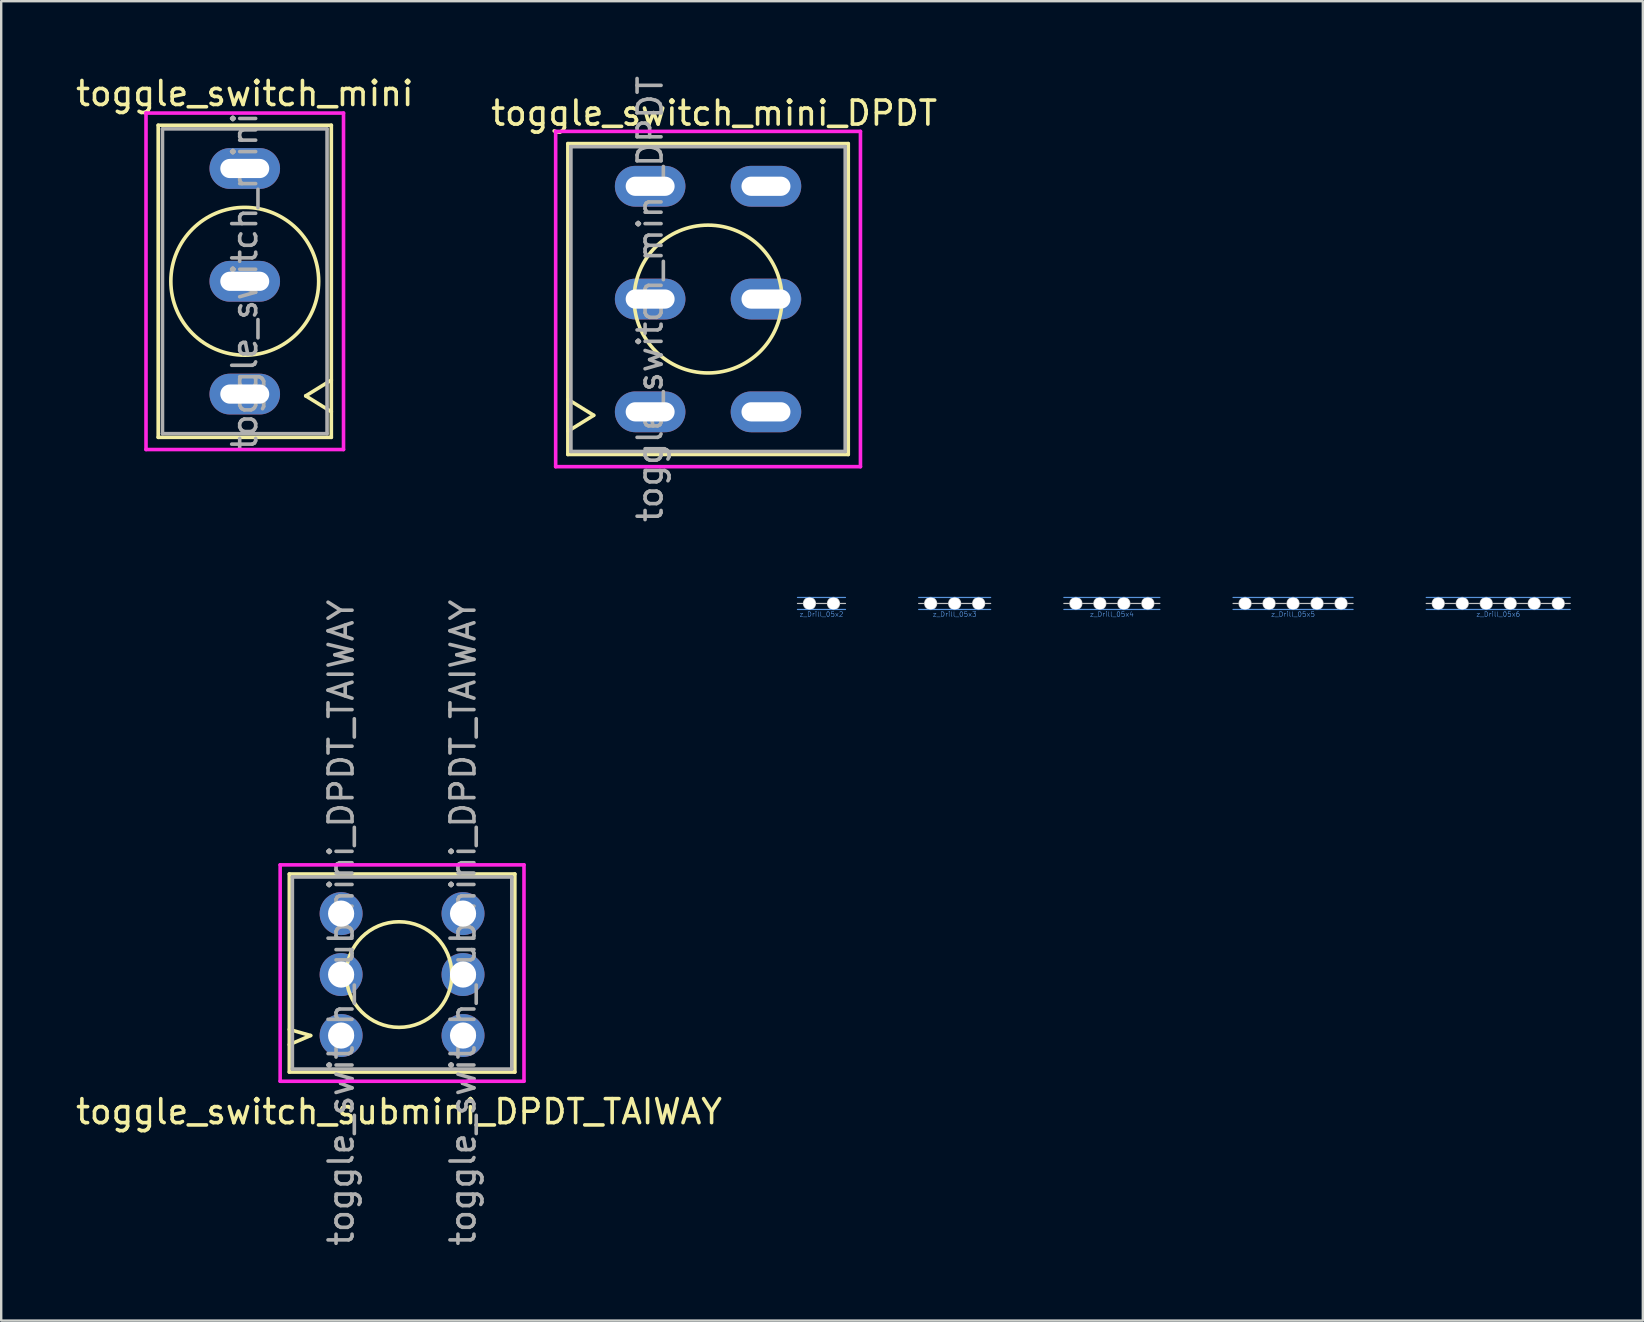
<source format=kicad_pcb>
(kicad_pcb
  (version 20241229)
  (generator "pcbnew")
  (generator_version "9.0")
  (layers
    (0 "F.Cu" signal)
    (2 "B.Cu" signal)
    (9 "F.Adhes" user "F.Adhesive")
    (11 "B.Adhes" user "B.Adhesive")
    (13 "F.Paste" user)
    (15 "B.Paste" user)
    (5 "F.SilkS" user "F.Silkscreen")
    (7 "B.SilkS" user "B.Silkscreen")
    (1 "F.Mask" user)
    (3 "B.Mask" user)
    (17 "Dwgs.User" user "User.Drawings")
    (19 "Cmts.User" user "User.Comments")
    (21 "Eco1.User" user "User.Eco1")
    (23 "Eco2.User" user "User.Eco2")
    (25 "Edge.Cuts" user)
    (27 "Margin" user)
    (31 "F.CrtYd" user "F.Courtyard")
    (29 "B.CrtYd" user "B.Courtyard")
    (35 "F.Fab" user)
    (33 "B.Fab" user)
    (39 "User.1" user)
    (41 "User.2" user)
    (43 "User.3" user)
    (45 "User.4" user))
  (footprint "toggle_switch_mini_DPDT"
    (layer "F.Cu")
    (at 24.041 14.11)
    (property "Reference" "toggle_switch_mini_DPDT" (at 2.667 -12.446 180) (layer "F.SilkS") (effects (font (size 1 1) (thickness 0.15))))
    (attr exclude_from_pos_files exclude_from_bom)
    (fp_line (start -3.429 -11.176) (end -3.429 1.778) (stroke (width 0.15) (type solid)) (layer "F.SilkS"))
    (fp_line (start -3.429 -11.176) (end 8.255 -11.176) (stroke (width 0.15) (type solid)) (layer "F.SilkS"))
    (fp_line (start -3.429 1.778) (end 8.255 1.778) (stroke (width 0.15) (type solid)) (layer "F.SilkS"))
    (fp_line (start -2.352 0.145) (end -3.419 -0.516) (stroke (width 0.15) (type solid)) (layer "F.SilkS"))
    (fp_line (start -2.352 0.145) (end -3.419 0.805) (stroke (width 0.15) (type solid)) (layer "F.SilkS"))
    (fp_line (start 8.255 1.778) (end 8.255 -11.176) (stroke (width 0.15) (type solid)) (layer "F.SilkS"))
    (fp_circle (center 2.413 -4.699) (end 5.493 -4.699) (stroke (width 0.15) (type solid)) (fill no) (layer "F.SilkS"))
    (fp_line (start -3.937 -11.684) (end -3.937 2.286) (stroke (width 0.15) (type solid)) (layer "F.CrtYd"))
    (fp_line (start -3.937 -11.684) (end 8.763 -11.684) (stroke (width 0.15) (type solid)) (layer "F.CrtYd"))
    (fp_line (start -3.937 2.286) (end 8.763 2.286) (stroke (width 0.15) (type solid)) (layer "F.CrtYd"))
    (fp_line (start 8.763 -11.684) (end 8.763 2.286) (stroke (width 0.15) (type solid)) (layer "F.CrtYd"))
    (fp_line (start -3.302 -11.049) (end 8.128 -11.049) (stroke (width 0.15) (type solid)) (layer "F.Fab"))
    (fp_line (start -3.302 1.651) (end -3.302 -11.049) (stroke (width 0.15) (type solid)) (layer "F.Fab"))
    (fp_line (start -3.302 1.651) (end 8.128 1.651) (stroke (width 0.15) (type solid)) (layer "F.Fab"))
    (fp_line (start 8.128 1.651) (end 8.128 -11.049) (stroke (width 0.15) (type solid)) (layer "F.Fab"))
    (fp_text user "${REFERENCE}" (at 0 -4.699 90) (layer "F.Fab") (effects (font (size 1 1) (thickness 0.15))))
    (pad "1" thru_hole oval (at 0 0.001) (size 2.94 1.7) (drill oval 2.04 0.8) (layers "*.Cu" "*.Mask"))
    (pad "2" thru_hole oval (at 0 -4.699) (size 2.94 1.7) (drill oval 2.04 0.8) (layers "*.Cu" "*.Mask"))
    (pad "3" thru_hole oval (at 0 -9.399) (size 2.94 1.7) (drill oval 2.04 0.8) (layers "*.Cu" "*.Mask"))
    (pad "4" thru_hole oval (at 4.826 0.001) (size 2.94 1.7) (drill oval 2.04 0.8) (layers "*.Cu" "*.Mask"))
    (pad "5" thru_hole oval (at 4.826 -4.699) (size 2.94 1.7) (drill oval 2.04 0.8) (layers "*.Cu" "*.Mask"))
    (pad "6" thru_hole oval (at 4.826 -9.399) (size 2.94 1.7) (drill oval 2.04 0.8) (layers "*.Cu" "*.Mask")))
  (footprint "z_Drill_05x3"
    (layer "F.Cu")
    (at 36.73 22.096)
    (property "Reference" "z_Drill_05x3" (at 0 0.45 0) (layer "Cmts.User") (effects (font (size 0.2 0.2) (thickness 0.02))))
    (attr through_hole)
    (fp_line (start -1.5 0) (end 1.5 0) (stroke (width 0.05) (type solid)) (layer "Dwgs.User"))
    (fp_circle (center -1 0) (end -0.75 0) (stroke (width 0.05) (type solid)) (fill no) (layer "Dwgs.User"))
    (fp_circle (center 0 0) (end 0.25 0) (stroke (width 0.05) (type solid)) (fill no) (layer "Dwgs.User"))
    (fp_circle (center 1 0) (end 0.75 0) (stroke (width 0.05) (type solid)) (fill no) (layer "Dwgs.User"))
    (fp_line (start -1.5 -0.25) (end 1.5 -0.25) (stroke (width 0.05) (type solid)) (layer "Cmts.User"))
    (fp_line (start -1.5 0.25) (end 1.5 0.25) (stroke (width 0.05) (type solid)) (layer "Cmts.User"))
    (pad "" np_thru_hole circle (at -1 0) (size 0.5 0.5) (drill 0.5) (layers "*.Cu" "*.Mask"))
    (pad "" np_thru_hole circle (at 0 0) (size 0.5 0.5) (drill 0.5) (layers "*.Cu" "*.Mask"))
    (pad "" np_thru_hole circle (at 1 0) (size 0.5 0.5) (drill 0.5) (layers "*.Cu" "*.Mask")))
  (footprint "z_Drill_05x2"
    (layer "F.Cu")
    (at 31.18 22.096)
    (property "Reference" "z_Drill_05x2" (at 0 0.45 0) (layer "Cmts.User") (effects (font (size 0.2 0.2) (thickness 0.02))))
    (attr through_hole)
    (fp_line (start -1 0) (end 1 0) (stroke (width 0.05) (type solid)) (layer "Dwgs.User"))
    (fp_circle (center -0.5 0) (end -0.25 0) (stroke (width 0.05) (type solid)) (fill no) (layer "Dwgs.User"))
    (fp_circle (center 0.5 0) (end 0.25 0) (stroke (width 0.05) (type solid)) (fill no) (layer "Dwgs.User"))
    (fp_line (start -1 -0.25) (end 1 -0.25) (stroke (width 0.05) (type solid)) (layer "Cmts.User"))
    (fp_line (start -1 0.25) (end 1 0.25) (stroke (width 0.05) (type solid)) (layer "Cmts.User"))
    (pad "" np_thru_hole circle (at -0.5 0) (size 0.5 0.5) (drill 0.5) (layers "*.Cu" "*.Mask"))
    (pad "" np_thru_hole circle (at 0.5 0) (size 0.5 0.5) (drill 0.5) (layers "*.Cu" "*.Mask")))
  (footprint "z_Drill_05x4"
    (layer "F.Cu")
    (at 43.28 22.096)
    (property "Reference" "z_Drill_05x4" (at 0 0.45 0) (layer "Cmts.User") (effects (font (size 0.2 0.2) (thickness 0.02))))
    (attr through_hole)
    (fp_line (start -2 0) (end 2 0) (stroke (width 0.05) (type solid)) (layer "Dwgs.User"))
    (fp_circle (center -1.5 0) (end -1.25 0) (stroke (width 0.05) (type solid)) (fill no) (layer "Dwgs.User"))
    (fp_circle (center -0.5 0) (end -0.25 0) (stroke (width 0.05) (type solid)) (fill no) (layer "Dwgs.User"))
    (fp_circle (center 0.5 0) (end 0.25 0) (stroke (width 0.05) (type solid)) (fill no) (layer "Dwgs.User"))
    (fp_circle (center 1.5 0) (end 1.75 0) (stroke (width 0.05) (type solid)) (fill no) (layer "Dwgs.User"))
    (fp_line (start -2 -0.25) (end 2 -0.25) (stroke (width 0.05) (type solid)) (layer "Cmts.User"))
    (fp_line (start -2 0.25) (end 2 0.25) (stroke (width 0.05) (type solid)) (layer "Cmts.User"))
    (pad "" np_thru_hole circle (at -1.5 0) (size 0.5 0.5) (drill 0.5) (layers "*.Cu" "*.Mask"))
    (pad "" np_thru_hole circle (at -0.5 0) (size 0.5 0.5) (drill 0.5) (layers "*.Cu" "*.Mask"))
    (pad "" np_thru_hole circle (at 0.5 0) (size 0.5 0.5) (drill 0.5) (layers "*.Cu" "*.Mask"))
    (pad "" np_thru_hole circle (at 1.5 0) (size 0.5 0.5) (drill 0.5) (layers "*.Cu" "*.Mask")))
  (footprint "toggle_switch_mini"
    (layer "F.Cu")
    (at 7.149 8.671)
    (property "Reference" "toggle_switch_mini" (at 0 -7.823 180) (layer "F.SilkS") (effects (font (size 1 1) (thickness 0.15))))
    (attr exclude_from_pos_files exclude_from_bom)
    (fp_line (start -3.607 -6.502) (end -3.607 6.502) (stroke (width 0.15) (type solid)) (layer "F.SilkS"))
    (fp_line (start -3.607 -6.502) (end 3.607 -6.502) (stroke (width 0.15) (type solid)) (layer "F.SilkS"))
    (fp_line (start -3.607 6.502) (end 3.607 6.502) (stroke (width 0.15) (type solid)) (layer "F.SilkS"))
    (fp_line (start 2.54 4.775) (end 3.607 4.115) (stroke (width 0.15) (type solid)) (layer "F.SilkS"))
    (fp_line (start 2.54 4.775) (end 3.607 5.436) (stroke (width 0.15) (type solid)) (layer "F.SilkS"))
    (fp_line (start 3.607 6.502) (end 3.607 -6.502) (stroke (width 0.15) (type solid)) (layer "F.SilkS"))
    (fp_circle (center 0 0) (end 3.08 0) (stroke (width 0.15) (type solid)) (fill no) (layer "F.SilkS"))
    (fp_line (start -4.115 -7.01) (end -4.115 7.01) (stroke (width 0.15) (type solid)) (layer "F.CrtYd"))
    (fp_line (start -4.115 -7.01) (end 4.115 -7.01) (stroke (width 0.15) (type solid)) (layer "F.CrtYd"))
    (fp_line (start -4.115 7.01) (end 4.115 7.01) (stroke (width 0.15) (type solid)) (layer "F.CrtYd"))
    (fp_line (start 4.115 -7.01) (end 4.115 7.01) (stroke (width 0.15) (type solid)) (layer "F.CrtYd"))
    (fp_line (start -3.429 -6.35) (end 3.429 -6.35) (stroke (width 0.15) (type solid)) (layer "F.Fab"))
    (fp_line (start -3.429 6.35) (end -3.429 -6.35) (stroke (width 0.15) (type solid)) (layer "F.Fab"))
    (fp_line (start -3.429 6.35) (end 3.429 6.35) (stroke (width 0.15) (type solid)) (layer "F.Fab"))
    (fp_line (start 3.429 6.35) (end 3.429 -6.35) (stroke (width 0.15) (type solid)) (layer "F.Fab"))
    (fp_text user "${REFERENCE}" (at 0 0 90) (layer "F.Fab") (effects (font (size 1 1) (thickness 0.15))))
    (pad "1" thru_hole oval (at 0 4.7) (size 2.94 1.7) (drill oval 2.04 0.8) (layers "*.Cu" "*.Mask"))
    (pad "2" thru_hole oval (at 0 0) (size 2.94 1.7) (drill oval 2.04 0.8) (layers "*.Cu" "*.Mask"))
    (pad "3" thru_hole oval (at 0 -4.7) (size 2.94 1.7) (drill oval 2.04 0.8) (layers "*.Cu" "*.Mask")))
  (footprint "z_Drill_05x5"
    (layer "F.Cu")
    (at 50.83 22.096)
    (property "Reference" "z_Drill_05x5" (at 0 0.45 0) (layer "Cmts.User") (effects (font (size 0.2 0.2) (thickness 0.02))))
    (attr through_hole)
    (fp_line (start -2.5 0) (end 2.5 0) (stroke (width 0.05) (type solid)) (layer "Dwgs.User"))
    (fp_circle (center -2 0) (end -1.75 0) (stroke (width 0.05) (type solid)) (fill no) (layer "Dwgs.User"))
    (fp_circle (center -1 0) (end -0.75 0) (stroke (width 0.05) (type solid)) (fill no) (layer "Dwgs.User"))
    (fp_circle (center 0 0) (end 0.25 0) (stroke (width 0.05) (type solid)) (fill no) (layer "Dwgs.User"))
    (fp_circle (center 1 0) (end 0.75 0) (stroke (width 0.05) (type solid)) (fill no) (layer "Dwgs.User"))
    (fp_circle (center 2 0) (end 2.25 0) (stroke (width 0.05) (type solid)) (fill no) (layer "Dwgs.User"))
    (fp_line (start -2.5 -0.25) (end 2.5 -0.25) (stroke (width 0.05) (type solid)) (layer "Cmts.User"))
    (fp_line (start -2.5 0.25) (end 2.5 0.25) (stroke (width 0.05) (type solid)) (layer "Cmts.User"))
    (pad "" np_thru_hole circle (at -2 0) (size 0.5 0.5) (drill 0.5) (layers "*.Cu" "*.Mask"))
    (pad "" np_thru_hole circle (at -1 0) (size 0.5 0.5) (drill 0.5) (layers "*.Cu" "*.Mask"))
    (pad "" np_thru_hole circle (at 0 0) (size 0.5 0.5) (drill 0.5) (layers "*.Cu" "*.Mask"))
    (pad "" np_thru_hole circle (at 1 0) (size 0.5 0.5) (drill 0.5) (layers "*.Cu" "*.Mask"))
    (pad "" np_thru_hole circle (at 2 0) (size 0.5 0.5) (drill 0.5) (layers "*.Cu" "*.Mask")))
  (footprint "toggle_switch_submini_DPDT_TAIWAY"
    (layer "F.Cu")
    (at 11.164 40.099)
    (property "Reference" "toggle_switch_submini_DPDT_TAIWAY" (at 2.413 3.175 180) (layer "F.SilkS") (effects (font (size 1 1) (thickness 0.15))))
    (attr exclude_from_pos_files exclude_from_bom)
    (fp_line (start -2.159 -6.731) (end -2.159 1.524) (stroke (width 0.15) (type solid)) (layer "F.SilkS"))
    (fp_line (start -2.159 -6.731) (end 7.239 -6.731) (stroke (width 0.15) (type solid)) (layer "F.SilkS"))
    (fp_line (start -2.159 1.524) (end 7.239 1.524) (stroke (width 0.15) (type solid)) (layer "F.SilkS"))
    (fp_line (start -1.27 0) (end -2.159 -0.254) (stroke (width 0.15) (type solid)) (layer "F.SilkS"))
    (fp_line (start -1.27 0) (end -2.159 0.381) (stroke (width 0.15) (type solid)) (layer "F.SilkS"))
    (fp_line (start 7.239 -6.731) (end 7.239 1.524) (stroke (width 0.15) (type solid)) (layer "F.SilkS"))
    (fp_circle (center 2.413 -2.54) (end 4.613 -2.54) (stroke (width 0.15) (type solid)) (fill no) (layer "F.SilkS"))
    (fp_line (start -2.54 -7.112) (end -2.54 1.905) (stroke (width 0.15) (type solid)) (layer "F.CrtYd"))
    (fp_line (start -2.54 -7.112) (end 7.62 -7.112) (stroke (width 0.15) (type solid)) (layer "F.CrtYd"))
    (fp_line (start -2.54 1.905) (end 7.62 1.905) (stroke (width 0.15) (type solid)) (layer "F.CrtYd"))
    (fp_line (start 7.62 -7.112) (end 7.62 1.905) (stroke (width 0.15) (type solid)) (layer "F.CrtYd"))
    (fp_line (start -2.032 -6.604) (end 7.112 -6.604) (stroke (width 0.15) (type solid)) (layer "F.Fab"))
    (fp_line (start -2.032 1.397) (end -2.032 -6.604) (stroke (width 0.15) (type solid)) (layer "F.Fab"))
    (fp_line (start -2.032 1.397) (end 7.112 1.397) (stroke (width 0.15) (type solid)) (layer "F.Fab"))
    (fp_line (start 7.112 1.397) (end 7.112 -6.604) (stroke (width 0.15) (type solid)) (layer "F.Fab"))
    (fp_text user "${REFERENCE}" (at 0 -4.699 90) (layer "F.Fab") (effects (font (size 1 1) (thickness 0.15))))
    (fp_text user "${REFERENCE}" (at 5.08 -4.7 90) (layer "F.Fab") (effects (font (size 1 1) (thickness 0.15))))
    (pad "1" thru_hole circle (at 0 0.001) (size 1.79 1.79) (drill 1.09) (layers "*.Cu" "*.Mask"))
    (pad "2" thru_hole circle (at 0 -2.54) (size 1.79 1.79) (drill 1.09) (layers "*.Cu" "*.Mask"))
    (pad "3" thru_hole circle (at 0 -5.08) (size 1.79 1.79) (drill 1.09) (layers "*.Cu" "*.Mask"))
    (pad "4" thru_hole circle (at 5.08 0) (size 1.79 1.79) (drill 1.09) (layers "*.Cu" "*.Mask"))
    (pad "5" thru_hole circle (at 5.08 -2.541) (size 1.79 1.79) (drill 1.09) (layers "*.Cu" "*.Mask"))
    (pad "6" thru_hole circle (at 5.08 -5.081) (size 1.79 1.79) (drill 1.09) (layers "*.Cu" "*.Mask")))
  (footprint "z_Drill_05x6"
    (layer "F.Cu")
    (at 59.38 22.096)
    (property "Reference" "z_Drill_05x6" (at 0 0.45 0) (layer "Cmts.User") (effects (font (size 0.2 0.2) (thickness 0.02))))
    (attr through_hole)
    (fp_line (start -3 0) (end 3 0) (stroke (width 0.05) (type solid)) (layer "Dwgs.User"))
    (fp_circle (center -2.5 0) (end -2.25 0) (stroke (width 0.05) (type solid)) (fill no) (layer "Dwgs.User"))
    (fp_circle (center -1.5 0) (end -1.25 0) (stroke (width 0.05) (type solid)) (fill no) (layer "Dwgs.User"))
    (fp_circle (center -0.5 0) (end -0.25 0) (stroke (width 0.05) (type solid)) (fill no) (layer "Dwgs.User"))
    (fp_circle (center 0.5 0) (end 0.25 0) (stroke (width 0.05) (type solid)) (fill no) (layer "Dwgs.User"))
    (fp_circle (center 1.5 0) (end 1.75 0) (stroke (width 0.05) (type solid)) (fill no) (layer "Dwgs.User"))
    (fp_circle (center 2.5 0) (end 2.75 0) (stroke (width 0.05) (type solid)) (fill no) (layer "Dwgs.User"))
    (fp_line (start -3 -0.25) (end 3 -0.25) (stroke (width 0.05) (type solid)) (layer "Cmts.User"))
    (fp_line (start -3 0.25) (end 3 0.25) (stroke (width 0.05) (type solid)) (layer "Cmts.User"))
    (pad "" np_thru_hole circle (at -2.5 0) (size 0.5 0.5) (drill 0.5) (layers "*.Cu" "*.Mask"))
    (pad "" np_thru_hole circle (at -1.5 0) (size 0.5 0.5) (drill 0.5) (layers "*.Cu" "*.Mask"))
    (pad "" np_thru_hole circle (at -0.5 0) (size 0.5 0.5) (drill 0.5) (layers "*.Cu" "*.Mask"))
    (pad "" np_thru_hole circle (at 0.5 0) (size 0.5 0.5) (drill 0.5) (layers "*.Cu" "*.Mask"))
    (pad "" np_thru_hole circle (at 1.5 0) (size 0.5 0.5) (drill 0.5) (layers "*.Cu" "*.Mask"))
    (pad "" np_thru_hole circle (at 2.5 0) (size 0.5 0.5) (drill 0.5) (layers "*.Cu" "*.Mask")))
  (gr_rect
    (start -3 -3)
    (end 65.405 51.977)
    (stroke (width 0.1) (type default))
    (fill no)
    (layer "Edge.Cuts")))
</source>
